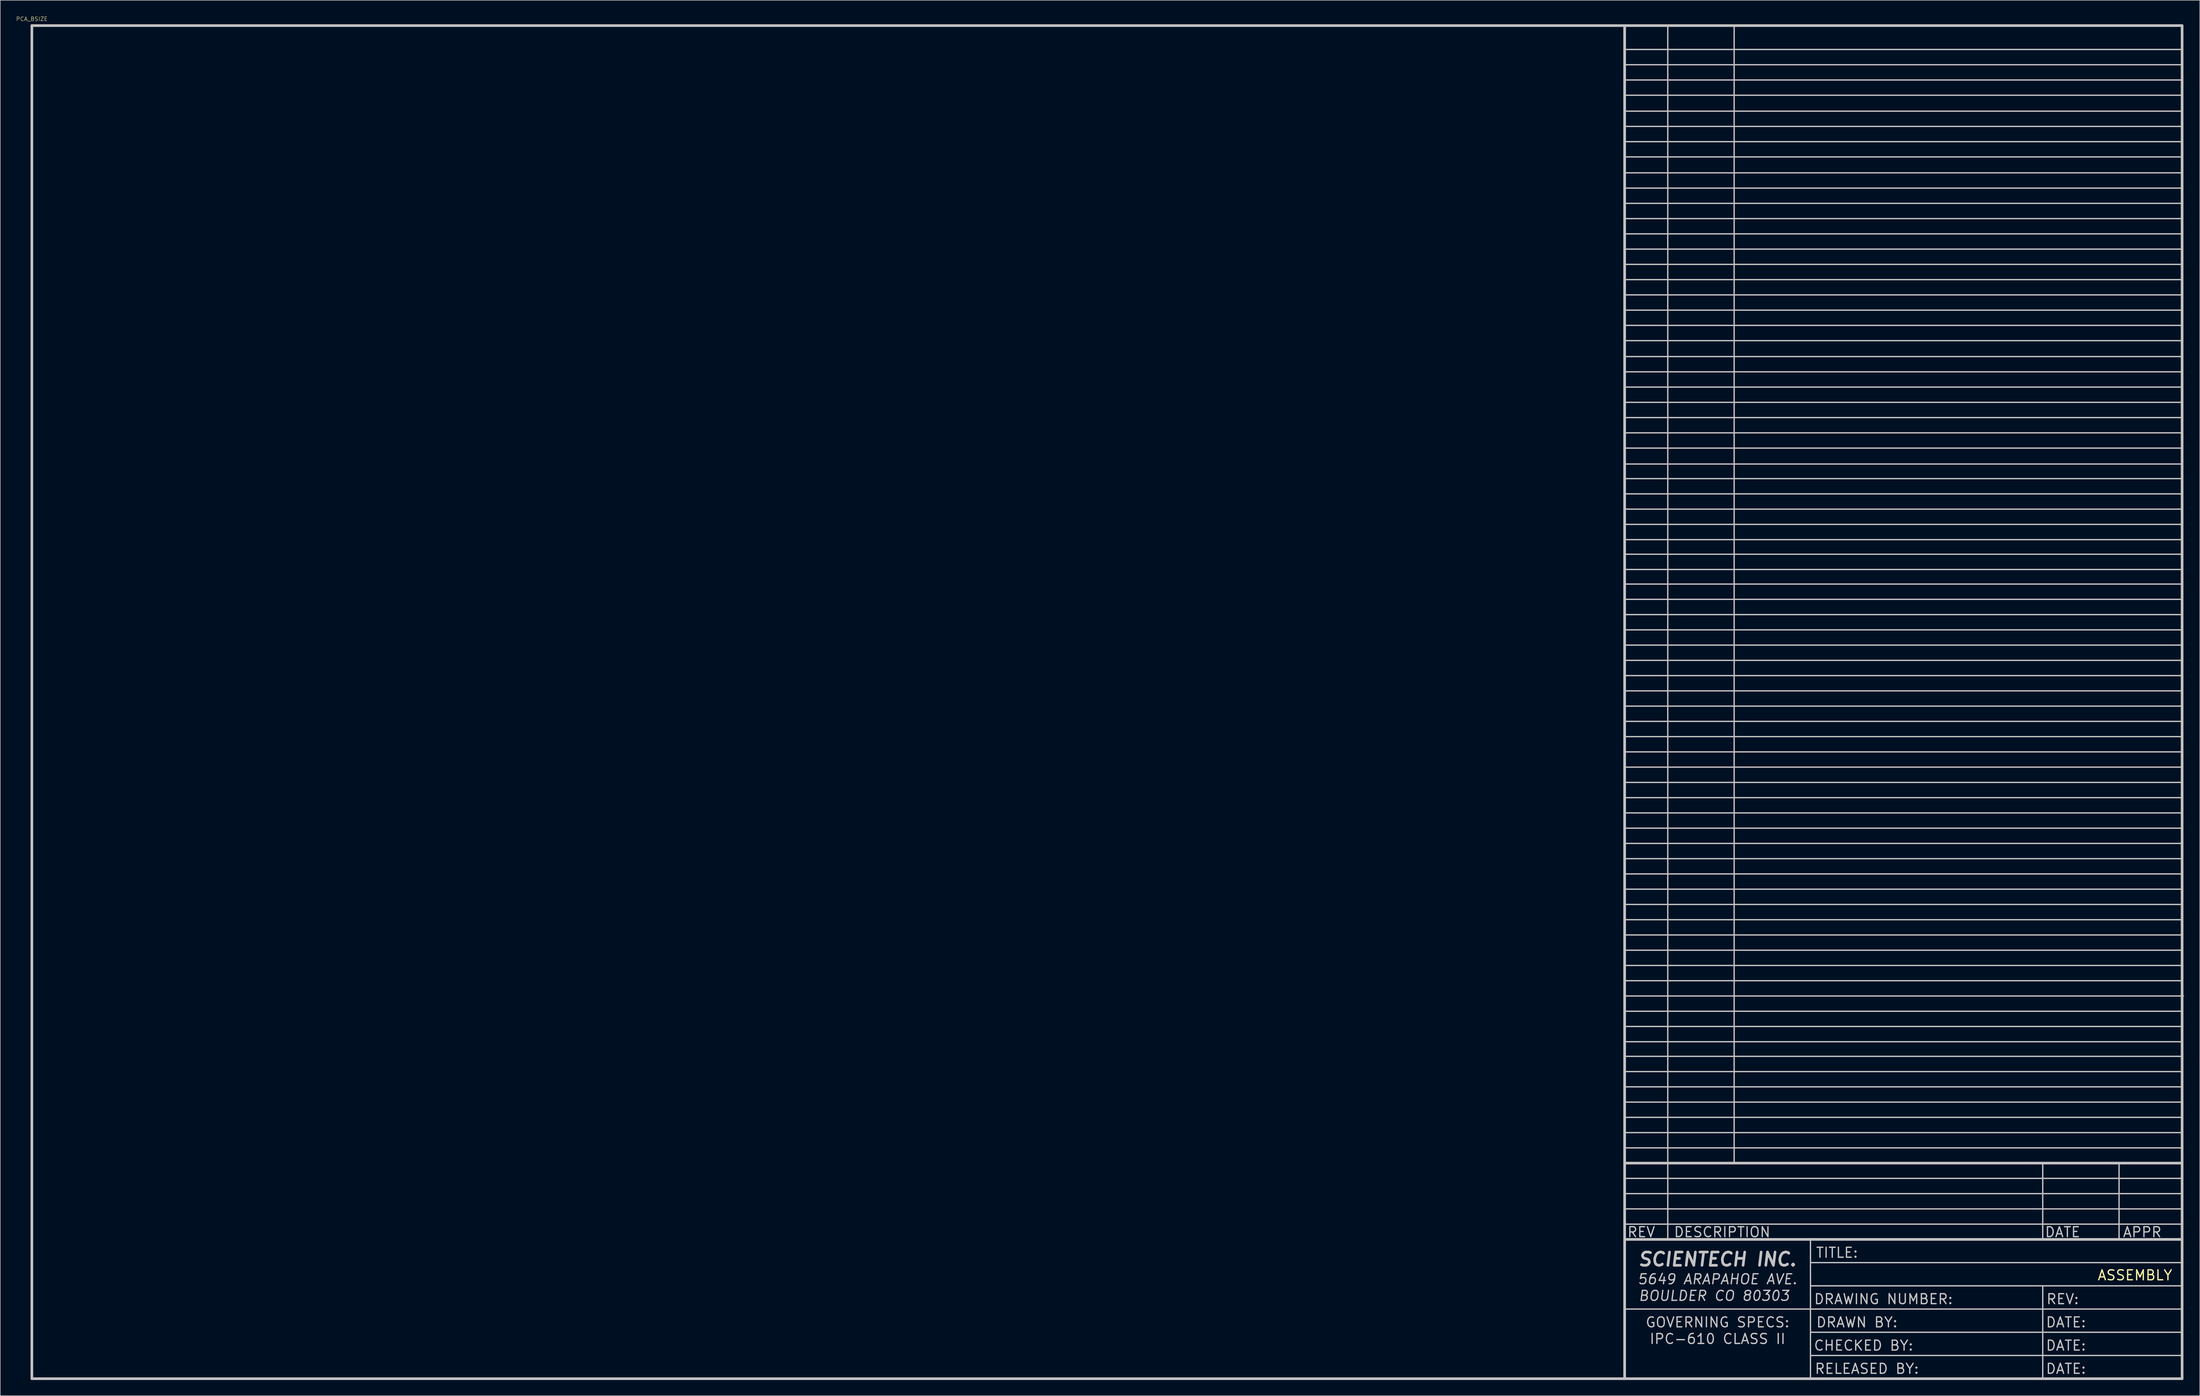
<source format=kicad_pcb>
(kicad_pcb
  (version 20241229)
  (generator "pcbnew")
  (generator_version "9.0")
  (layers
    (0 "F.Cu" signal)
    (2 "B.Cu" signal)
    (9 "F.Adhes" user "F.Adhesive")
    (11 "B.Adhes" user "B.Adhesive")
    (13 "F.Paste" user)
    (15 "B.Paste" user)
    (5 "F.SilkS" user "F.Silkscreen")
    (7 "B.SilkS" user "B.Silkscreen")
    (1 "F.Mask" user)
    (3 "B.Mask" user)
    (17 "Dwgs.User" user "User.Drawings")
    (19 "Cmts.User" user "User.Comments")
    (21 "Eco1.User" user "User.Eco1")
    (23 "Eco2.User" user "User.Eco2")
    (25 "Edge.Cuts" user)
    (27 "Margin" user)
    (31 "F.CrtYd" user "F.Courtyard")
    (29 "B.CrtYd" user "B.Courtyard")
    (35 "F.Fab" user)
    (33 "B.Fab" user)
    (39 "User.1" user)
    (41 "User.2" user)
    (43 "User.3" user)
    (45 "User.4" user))
  (footprint "PCA_BSIZE"
    (layer "F.Cu")
    (at 3.05 1.85)
    (property "Reference" "PCA_BSIZE" (at 0 -1.27 0) (layer "F.SilkS") (effects (font (size 0.762 0.762) (thickness 0.076))))
    (attr through_hole)
    (fp_line (start 0 0) (end 411.48 0) (stroke (width 0.508) (type solid)) (layer "Dwgs.User"))
    (fp_line (start 0 259.08) (end 0 0) (stroke (width 0.508) (type solid)) (layer "Dwgs.User"))
    (fp_line (start 0 259.08) (end 411.48 259.08) (stroke (width 0.508) (type solid)) (layer "Dwgs.User"))
    (fp_line (start 304.8 4.572) (end 411.48 4.572) (stroke (width 0.254) (type solid)) (layer "Dwgs.User"))
    (fp_line (start 304.8 7.493) (end 411.48 7.493) (stroke (width 0.254) (type solid)) (layer "Dwgs.User"))
    (fp_line (start 304.8 13.335) (end 411.48 13.335) (stroke (width 0.254) (type solid)) (layer "Dwgs.User"))
    (fp_line (start 304.8 16.383) (end 411.48 16.383) (stroke (width 0.254) (type solid)) (layer "Dwgs.User"))
    (fp_line (start 304.8 22.225) (end 411.48 22.225) (stroke (width 0.254) (type solid)) (layer "Dwgs.User"))
    (fp_line (start 304.8 25.146) (end 411.48 25.146) (stroke (width 0.254) (type solid)) (layer "Dwgs.User"))
    (fp_line (start 304.8 31.115) (end 411.48 31.115) (stroke (width 0.254) (type solid)) (layer "Dwgs.User"))
    (fp_line (start 304.8 34.036) (end 411.48 34.036) (stroke (width 0.254) (type solid)) (layer "Dwgs.User"))
    (fp_line (start 304.8 39.878) (end 411.48 39.878) (stroke (width 0.254) (type solid)) (layer "Dwgs.User"))
    (fp_line (start 304.8 45.72) (end 411.48 45.72) (stroke (width 0.254) (type solid)) (layer "Dwgs.User"))
    (fp_line (start 304.8 48.641) (end 411.48 48.641) (stroke (width 0.254) (type solid)) (layer "Dwgs.User"))
    (fp_line (start 304.8 54.483) (end 411.48 54.483) (stroke (width 0.254) (type solid)) (layer "Dwgs.User"))
    (fp_line (start 304.8 60.325) (end 411.48 60.325) (stroke (width 0.254) (type solid)) (layer "Dwgs.User"))
    (fp_line (start 304.8 63.373) (end 411.48 63.373) (stroke (width 0.254) (type solid)) (layer "Dwgs.User"))
    (fp_line (start 304.8 66.294) (end 411.48 66.294) (stroke (width 0.254) (type solid)) (layer "Dwgs.User"))
    (fp_line (start 304.8 72.136) (end 411.48 72.136) (stroke (width 0.254) (type solid)) (layer "Dwgs.User"))
    (fp_line (start 304.8 75.057) (end 411.48 75.057) (stroke (width 0.254) (type solid)) (layer "Dwgs.User"))
    (fp_line (start 304.8 80.899) (end 411.48 80.899) (stroke (width 0.254) (type solid)) (layer "Dwgs.User"))
    (fp_line (start 304.8 83.947) (end 411.48 83.947) (stroke (width 0.254) (type solid)) (layer "Dwgs.User"))
    (fp_line (start 304.8 89.662) (end 411.48 89.662) (stroke (width 0.254) (type solid)) (layer "Dwgs.User"))
    (fp_line (start 304.8 92.583) (end 411.48 92.583) (stroke (width 0.254) (type solid)) (layer "Dwgs.User"))
    (fp_line (start 304.8 98.425) (end 411.48 98.425) (stroke (width 0.254) (type solid)) (layer "Dwgs.User"))
    (fp_line (start 304.8 101.219) (end 411.48 101.219) (stroke (width 0.254) (type solid)) (layer "Dwgs.User"))
    (fp_line (start 304.8 106.934) (end 411.48 106.934) (stroke (width 0.254) (type solid)) (layer "Dwgs.User"))
    (fp_line (start 304.8 109.855) (end 411.48 109.855) (stroke (width 0.254) (type solid)) (layer "Dwgs.User"))
    (fp_line (start 304.8 115.697) (end 411.48 115.697) (stroke (width 0.254) (type solid)) (layer "Dwgs.User"))
    (fp_line (start 304.8 118.618) (end 411.48 118.618) (stroke (width 0.254) (type solid)) (layer "Dwgs.User"))
    (fp_line (start 304.8 121.539) (end 411.48 121.539) (stroke (width 0.254) (type solid)) (layer "Dwgs.User"))
    (fp_line (start 304.8 127.381) (end 411.48 127.381) (stroke (width 0.254) (type solid)) (layer "Dwgs.User"))
    (fp_line (start 304.8 133.223) (end 411.48 133.223) (stroke (width 0.254) (type solid)) (layer "Dwgs.User"))
    (fp_line (start 304.8 139.065) (end 411.48 139.065) (stroke (width 0.254) (type solid)) (layer "Dwgs.User"))
    (fp_line (start 304.8 144.907) (end 411.48 144.907) (stroke (width 0.254) (type solid)) (layer "Dwgs.User"))
    (fp_line (start 304.8 150.749) (end 411.48 150.749) (stroke (width 0.254) (type solid)) (layer "Dwgs.User"))
    (fp_line (start 304.8 156.591) (end 411.48 156.591) (stroke (width 0.254) (type solid)) (layer "Dwgs.User"))
    (fp_line (start 304.8 162.433) (end 411.48 162.433) (stroke (width 0.254) (type solid)) (layer "Dwgs.User"))
    (fp_line (start 304.8 165.354) (end 411.48 165.354) (stroke (width 0.254) (type solid)) (layer "Dwgs.User"))
    (fp_line (start 304.8 171.196) (end 411.48 171.196) (stroke (width 0.254) (type solid)) (layer "Dwgs.User"))
    (fp_line (start 304.8 177.038) (end 411.48 177.038) (stroke (width 0.254) (type solid)) (layer "Dwgs.User"))
    (fp_line (start 304.8 188.722) (end 411.48 188.722) (stroke (width 0.254) (type solid)) (layer "Dwgs.User"))
    (fp_line (start 304.8 191.643) (end 411.48 191.643) (stroke (width 0.254) (type solid)) (layer "Dwgs.User"))
    (fp_line (start 304.8 197.358) (end 411.48 197.358) (stroke (width 0.254) (type solid)) (layer "Dwgs.User"))
    (fp_line (start 304.8 203.2) (end 411.48 203.2) (stroke (width 0.254) (type solid)) (layer "Dwgs.User"))
    (fp_line (start 304.8 209.042) (end 411.48 209.042) (stroke (width 0.254) (type solid)) (layer "Dwgs.User"))
    (fp_line (start 304.8 226.568) (end 411.48 226.568) (stroke (width 0.254) (type solid)) (layer "Dwgs.User"))
    (fp_line (start 304.8 232.41) (end 411.48 232.41) (stroke (width 0.508) (type solid)) (layer "Dwgs.User"))
    (fp_line (start 304.8 245.745) (end 411.48 245.745) (stroke (width 0.254) (type solid)) (layer "Dwgs.User"))
    (fp_line (start 304.8 259.08) (end 304.8 0) (stroke (width 0.508) (type solid)) (layer "Dwgs.User"))
    (fp_line (start 304.927 214.884) (end 411.607 214.884) (stroke (width 0.254) (type solid)) (layer "Dwgs.User"))
    (fp_line (start 304.927 220.726) (end 411.607 220.726) (stroke (width 0.254) (type solid)) (layer "Dwgs.User"))
    (fp_line (start 313.055 0) (end 313.055 232.41) (stroke (width 0.254) (type solid)) (layer "Dwgs.User"))
    (fp_line (start 325.755 217.805) (end 325.755 0) (stroke (width 0.254) (type solid)) (layer "Dwgs.User"))
    (fp_line (start 340.36 241.3) (end 411.48 241.3) (stroke (width 0.254) (type solid)) (layer "Dwgs.User"))
    (fp_line (start 340.36 254.635) (end 411.48 254.635) (stroke (width 0.254) (type solid)) (layer "Dwgs.User"))
    (fp_line (start 340.36 259.08) (end 340.36 232.41) (stroke (width 0.254) (type solid)) (layer "Dwgs.User"))
    (fp_line (start 384.81 217.805) (end 384.81 232.41) (stroke (width 0.254) (type solid)) (layer "Dwgs.User"))
    (fp_line (start 384.81 259.08) (end 384.81 241.3) (stroke (width 0.254) (type solid)) (layer "Dwgs.User"))
    (fp_line (start 399.415 217.805) (end 399.415 232.41) (stroke (width 0.254) (type solid)) (layer "Dwgs.User"))
    (fp_line (start 411.48 0) (end 411.48 259.08) (stroke (width 0.508) (type solid)) (layer "Dwgs.User"))
    (fp_line (start 411.48 10.414) (end 304.8 10.414) (stroke (width 0.254) (type solid)) (layer "Dwgs.User"))
    (fp_line (start 411.48 19.304) (end 304.8 19.304) (stroke (width 0.254) (type solid)) (layer "Dwgs.User"))
    (fp_line (start 411.48 28.194) (end 304.8 28.194) (stroke (width 0.254) (type solid)) (layer "Dwgs.User"))
    (fp_line (start 411.48 36.957) (end 304.8 36.957) (stroke (width 0.254) (type solid)) (layer "Dwgs.User"))
    (fp_line (start 411.48 42.799) (end 304.8 42.799) (stroke (width 0.254) (type solid)) (layer "Dwgs.User"))
    (fp_line (start 411.48 51.562) (end 304.8 51.562) (stroke (width 0.254) (type solid)) (layer "Dwgs.User"))
    (fp_line (start 411.48 57.404) (end 304.8 57.404) (stroke (width 0.254) (type solid)) (layer "Dwgs.User"))
    (fp_line (start 411.48 69.215) (end 304.8 69.215) (stroke (width 0.254) (type solid)) (layer "Dwgs.User"))
    (fp_line (start 411.48 77.978) (end 304.8 77.978) (stroke (width 0.254) (type solid)) (layer "Dwgs.User"))
    (fp_line (start 411.48 86.741) (end 304.8 86.741) (stroke (width 0.254) (type solid)) (layer "Dwgs.User"))
    (fp_line (start 411.48 95.504) (end 304.8 95.504) (stroke (width 0.254) (type solid)) (layer "Dwgs.User"))
    (fp_line (start 411.48 104.14) (end 304.8 104.14) (stroke (width 0.254) (type solid)) (layer "Dwgs.User"))
    (fp_line (start 411.48 112.776) (end 304.8 112.776) (stroke (width 0.254) (type solid)) (layer "Dwgs.User"))
    (fp_line (start 411.48 124.46) (end 304.8 124.46) (stroke (width 0.254) (type solid)) (layer "Dwgs.User"))
    (fp_line (start 411.48 130.302) (end 304.8 130.302) (stroke (width 0.254) (type solid)) (layer "Dwgs.User"))
    (fp_line (start 411.48 136.144) (end 304.8 136.144) (stroke (width 0.254) (type solid)) (layer "Dwgs.User"))
    (fp_line (start 411.48 141.986) (end 304.8 141.986) (stroke (width 0.254) (type solid)) (layer "Dwgs.User"))
    (fp_line (start 411.48 147.828) (end 304.8 147.828) (stroke (width 0.254) (type solid)) (layer "Dwgs.User"))
    (fp_line (start 411.48 153.67) (end 304.8 153.67) (stroke (width 0.254) (type solid)) (layer "Dwgs.User"))
    (fp_line (start 411.48 159.512) (end 304.8 159.512) (stroke (width 0.254) (type solid)) (layer "Dwgs.User"))
    (fp_line (start 411.48 168.275) (end 304.8 168.275) (stroke (width 0.254) (type solid)) (layer "Dwgs.User"))
    (fp_line (start 411.48 174.117) (end 304.8 174.117) (stroke (width 0.254) (type solid)) (layer "Dwgs.User"))
    (fp_line (start 411.48 179.959) (end 304.8 179.959) (stroke (width 0.254) (type solid)) (layer "Dwgs.User"))
    (fp_line (start 411.48 182.88) (end 304.8 182.88) (stroke (width 0.254) (type solid)) (layer "Dwgs.User"))
    (fp_line (start 411.48 194.564) (end 304.8 194.564) (stroke (width 0.254) (type solid)) (layer "Dwgs.User"))
    (fp_line (start 411.48 200.279) (end 304.8 200.279) (stroke (width 0.254) (type solid)) (layer "Dwgs.User"))
    (fp_line (start 411.48 206.121) (end 304.8 206.121) (stroke (width 0.254) (type solid)) (layer "Dwgs.User"))
    (fp_line (start 411.48 211.963) (end 304.8 211.963) (stroke (width 0.254) (type solid)) (layer "Dwgs.User"))
    (fp_line (start 411.48 217.805) (end 304.8 217.805) (stroke (width 0.508) (type solid)) (layer "Dwgs.User"))
    (fp_line (start 411.48 223.647) (end 304.8 223.647) (stroke (width 0.254) (type solid)) (layer "Dwgs.User"))
    (fp_line (start 411.48 229.489) (end 304.8 229.489) (stroke (width 0.254) (type solid)) (layer "Dwgs.User"))
    (fp_line (start 411.48 236.855) (end 340.36 236.855) (stroke (width 0.254) (type solid)) (layer "Dwgs.User"))
    (fp_line (start 411.48 250.19) (end 340.36 250.19) (stroke (width 0.254) (type solid)) (layer "Dwgs.User"))
    (fp_line (start 411.734 185.801) (end 305.054 185.801) (stroke (width 0.254) (type solid)) (layer "Dwgs.User"))
    (fp_text user "ASSEMBLY" (at 402.463 239.268 0) (layer "F.SilkS") (effects (font (size 1.905 1.905) (thickness 0.254))))
    (fp_text user "IPC-610 CLASS II" (at 322.58 251.46 0) (layer "Dwgs.User") (effects (font (size 1.905 1.905) (thickness 0.254))))
    (fp_text user "DATE:" (at 389.255 257.175 0) (layer "Dwgs.User") (effects (font (size 1.905 1.905) (thickness 0.254))))
    (fp_text user "DRAWN BY:" (at 349.25 248.285 0) (layer "Dwgs.User") (effects (font (size 1.905 1.905) (thickness 0.254))))
    (fp_text user "BOULDER CO 80303" (at 321.945 243.205 0) (layer "Dwgs.User") (effects (font (size 1.905 1.905) (thickness 0.254) (italic yes))))
    (fp_text user "DESCRIPTION" (at 323.469 231.013 0) (layer "Dwgs.User") (effects (font (size 1.905 1.905) (thickness 0.254))))
    (fp_text user "CHECKED BY:" (at 350.52 252.73 0) (layer "Dwgs.User") (effects (font (size 1.905 1.905) (thickness 0.254))))
    (fp_text user "REV:" (at 388.62 243.84 0) (layer "Dwgs.User") (effects (font (size 1.905 1.905) (thickness 0.254))))
    (fp_text user "APPR" (at 403.86 231.013 0) (layer "Dwgs.User") (effects (font (size 1.905 1.905) (thickness 0.254))))
    (fp_text user "TITLE:" (at 345.44 234.95 0) (layer "Dwgs.User") (effects (font (size 1.905 1.905) (thickness 0.254))))
    (fp_text user "GOVERNING SPECS:" (at 322.58 248.285 0) (layer "Dwgs.User") (effects (font (size 1.905 1.905) (thickness 0.254))))
    (fp_text user "DATE" (at 388.62 231.013 0) (layer "Dwgs.User") (effects (font (size 1.905 1.905) (thickness 0.254))))
    (fp_text user "RELEASED BY:" (at 351.155 257.175 0) (layer "Dwgs.User") (effects (font (size 1.905 1.905) (thickness 0.254))))
    (fp_text user "DRAWING NUMBER:" (at 354.33 243.84 0) (layer "Dwgs.User") (effects (font (size 1.905 1.905) (thickness 0.254))))
    (fp_text user "DATE:" (at 389.255 248.285 0) (layer "Dwgs.User") (effects (font (size 1.905 1.905) (thickness 0.254))))
    (fp_text user "5649 ARAPAHOE AVE." (at 322.58 240.03 0) (layer "Dwgs.User") (effects (font (size 1.905 1.905) (thickness 0.254) (italic yes))))
    (fp_text user "SCIENTECH INC." (at 322.58 236.22 0) (layer "Dwgs.User") (effects (font (size 2.54 2.54) (thickness 0.508) (italic yes))))
    (fp_text user "DATE:" (at 389.255 252.73 0) (layer "Dwgs.User") (effects (font (size 1.905 1.905) (thickness 0.254))))
    (fp_text user "REV" (at 307.975 231.013 0) (layer "Dwgs.User") (effects (font (size 1.905 1.905) (thickness 0.254)))))
  (gr_rect
    (start -3 -3)
    (end 417.911 264.184)
    (stroke (width 0.1) (type default))
    (fill no)
    (layer "Edge.Cuts")))
</source>
